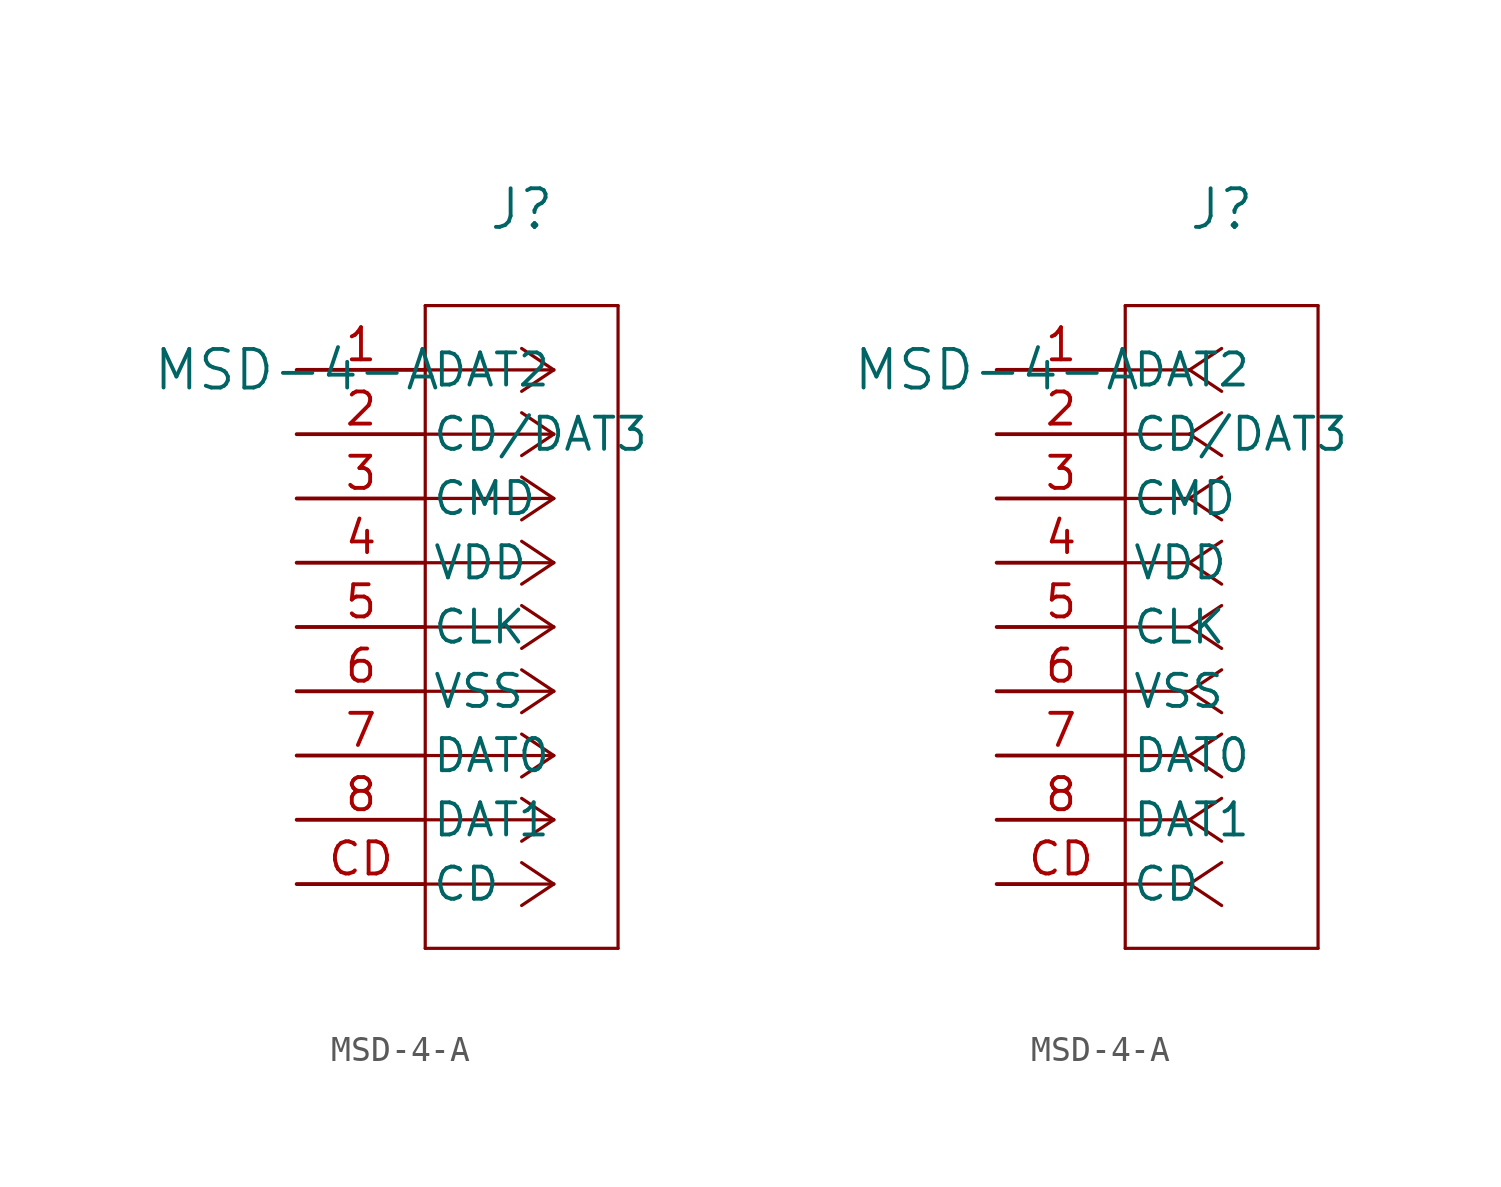
<source format=kicad_sym>
(kicad_symbol_lib
  (version 20211014)
  (generator kicad_symbol_editor)
  (symbol "MSD-4-A"
    (pin_names
      (offset 0.254))
    (property "Reference" "J"
      (at 8.89 6.35 0)
      (effects (font (size 1.524 1.524))))
    (property "Value" "MSD-4-A"
      (at 0 0 0)
      (effects (font (size 1.524 1.524))))
    (symbol "MSD-4-A_1_1"
      (polyline (pts (xy 10.16 0) (xy 5.08 0)) (stroke (width 0.127) (type default) (color 0 0 0 0)) (fill (type none)))
      (polyline (pts (xy 10.16 -2.54) (xy 5.08 -2.54)) (stroke (width 0.127) (type default) (color 0 0 0 0)) (fill (type none)))
      (polyline (pts (xy 10.16 -5.08) (xy 5.08 -5.08)) (stroke (width 0.127) (type default) (color 0 0 0 0)) (fill (type none)))
      (polyline (pts (xy 10.16 -7.62) (xy 5.08 -7.62)) (stroke (width 0.127) (type default) (color 0 0 0 0)) (fill (type none)))
      (polyline (pts (xy 10.16 -10.16) (xy 5.08 -10.16)) (stroke (width 0.127) (type default) (color 0 0 0 0)) (fill (type none)))
      (polyline (pts (xy 10.16 -12.7) (xy 5.08 -12.7)) (stroke (width 0.127) (type default) (color 0 0 0 0)) (fill (type none)))
      (polyline (pts (xy 10.16 -15.24) (xy 5.08 -15.24)) (stroke (width 0.127) (type default) (color 0 0 0 0)) (fill (type none)))
      (polyline (pts (xy 10.16 -17.78) (xy 5.08 -17.78)) (stroke (width 0.127) (type default) (color 0 0 0 0)) (fill (type none)))
      (polyline (pts (xy 10.16 -20.32) (xy 5.08 -20.32)) (stroke (width 0.127) (type default) (color 0 0 0 0)) (fill (type none)))
      (polyline (pts (xy 10.16 0) (xy 8.89 0.847)) (stroke (width 0.127) (type default) (color 0 0 0 0)) (fill (type none)))
      (polyline (pts (xy 10.16 -2.54) (xy 8.89 -1.693)) (stroke (width 0.127) (type default) (color 0 0 0 0)) (fill (type none)))
      (polyline (pts (xy 10.16 -5.08) (xy 8.89 -4.233)) (stroke (width 0.127) (type default) (color 0 0 0 0)) (fill (type none)))
      (polyline (pts (xy 10.16 -7.62) (xy 8.89 -6.773)) (stroke (width 0.127) (type default) (color 0 0 0 0)) (fill (type none)))
      (polyline (pts (xy 10.16 -10.16) (xy 8.89 -9.313)) (stroke (width 0.127) (type default) (color 0 0 0 0)) (fill (type none)))
      (polyline (pts (xy 10.16 -12.7) (xy 8.89 -11.853)) (stroke (width 0.127) (type default) (color 0 0 0 0)) (fill (type none)))
      (polyline (pts (xy 10.16 -15.24) (xy 8.89 -14.393)) (stroke (width 0.127) (type default) (color 0 0 0 0)) (fill (type none)))
      (polyline (pts (xy 10.16 -17.78) (xy 8.89 -16.933)) (stroke (width 0.127) (type default) (color 0 0 0 0)) (fill (type none)))
      (polyline (pts (xy 10.16 -20.32) (xy 8.89 -19.473)) (stroke (width 0.127) (type default) (color 0 0 0 0)) (fill (type none)))
      (polyline (pts (xy 10.16 0) (xy 8.89 -0.847)) (stroke (width 0.127) (type default) (color 0 0 0 0)) (fill (type none)))
      (polyline (pts (xy 10.16 -2.54) (xy 8.89 -3.387)) (stroke (width 0.127) (type default) (color 0 0 0 0)) (fill (type none)))
      (polyline (pts (xy 10.16 -5.08) (xy 8.89 -5.927)) (stroke (width 0.127) (type default) (color 0 0 0 0)) (fill (type none)))
      (polyline (pts (xy 10.16 -7.62) (xy 8.89 -8.467)) (stroke (width 0.127) (type default) (color 0 0 0 0)) (fill (type none)))
      (polyline (pts (xy 10.16 -10.16) (xy 8.89 -11.007)) (stroke (width 0.127) (type default) (color 0 0 0 0)) (fill (type none)))
      (polyline (pts (xy 10.16 -12.7) (xy 8.89 -13.547)) (stroke (width 0.127) (type default) (color 0 0 0 0)) (fill (type none)))
      (polyline (pts (xy 10.16 -15.24) (xy 8.89 -16.087)) (stroke (width 0.127) (type default) (color 0 0 0 0)) (fill (type none)))
      (polyline (pts (xy 10.16 -17.78) (xy 8.89 -18.627)) (stroke (width 0.127) (type default) (color 0 0 0 0)) (fill (type none)))
      (polyline (pts (xy 10.16 -20.32) (xy 8.89 -21.167)) (stroke (width 0.127) (type default) (color 0 0 0 0)) (fill (type none)))
      (polyline (pts (xy 5.08 2.54) (xy 5.08 -22.86)) (stroke (width 0.127) (type default) (color 0 0 0 0)) (fill (type none)))
      (polyline (pts (xy 5.08 -22.86) (xy 12.7 -22.86)) (stroke (width 0.127) (type default) (color 0 0 0 0)) (fill (type none)))
      (polyline (pts (xy 12.7 -22.86) (xy 12.7 2.54)) (stroke (width 0.127) (type default) (color 0 0 0 0)) (fill (type none)))
      (polyline (pts (xy 12.7 2.54) (xy 5.08 2.54)) (stroke (width 0.127) (type default) (color 0 0 0 0)) (fill (type none)))
      (pin bidirectional line (at 0 0 0) (length 5.08) (name "DAT2" (effects (font (size 1.27 1.27)))) (number "1" (effects (font (size 1.27 1.27)))))
      (pin bidirectional line (at 0 -2.54 0) (length 5.08) (name "CD/DAT3" (effects (font (size 1.27 1.27)))) (number "2" (effects (font (size 1.27 1.27)))))
      (pin unspecified line (at 0 -5.08 0) (length 5.08) (name "CMD" (effects (font (size 1.27 1.27)))) (number "3" (effects (font (size 1.27 1.27)))))
      (pin power_in line (at 0 -7.62 0) (length 5.08) (name "VDD" (effects (font (size 1.27 1.27)))) (number "4" (effects (font (size 1.27 1.27)))))
      (pin input line (at 0 -10.16 0) (length 5.08) (name "CLK" (effects (font (size 1.27 1.27)))) (number "5" (effects (font (size 1.27 1.27)))))
      (pin power_out line (at 0 -12.7 0) (length 5.08) (name "VSS" (effects (font (size 1.27 1.27)))) (number "6" (effects (font (size 1.27 1.27)))))
      (pin bidirectional line (at 0 -15.24 0) (length 5.08) (name "DAT0" (effects (font (size 1.27 1.27)))) (number "7" (effects (font (size 1.27 1.27)))))
      (pin bidirectional line (at 0 -17.78 0) (length 5.08) (name "DAT1" (effects (font (size 1.27 1.27)))) (number "8" (effects (font (size 1.27 1.27)))))
      (pin unspecified line (at 0 -20.32 0) (length 5.08) (name "CD" (effects (font (size 1.27 1.27)))) (number "CD" (effects (font (size 1.27 1.27))))))
    (symbol "MSD-4-A_1_2"
      (polyline (pts (xy 7.62 0) (xy 5.08 0)) (stroke (width 0.127) (type default) (color 0 0 0 0)) (fill (type none)))
      (polyline (pts (xy 7.62 -2.54) (xy 5.08 -2.54)) (stroke (width 0.127) (type default) (color 0 0 0 0)) (fill (type none)))
      (polyline (pts (xy 7.62 -5.08) (xy 5.08 -5.08)) (stroke (width 0.127) (type default) (color 0 0 0 0)) (fill (type none)))
      (polyline (pts (xy 7.62 -7.62) (xy 5.08 -7.62)) (stroke (width 0.127) (type default) (color 0 0 0 0)) (fill (type none)))
      (polyline (pts (xy 7.62 -10.16) (xy 5.08 -10.16)) (stroke (width 0.127) (type default) (color 0 0 0 0)) (fill (type none)))
      (polyline (pts (xy 7.62 -12.7) (xy 5.08 -12.7)) (stroke (width 0.127) (type default) (color 0 0 0 0)) (fill (type none)))
      (polyline (pts (xy 7.62 -15.24) (xy 5.08 -15.24)) (stroke (width 0.127) (type default) (color 0 0 0 0)) (fill (type none)))
      (polyline (pts (xy 7.62 -17.78) (xy 5.08 -17.78)) (stroke (width 0.127) (type default) (color 0 0 0 0)) (fill (type none)))
      (polyline (pts (xy 7.62 -20.32) (xy 5.08 -20.32)) (stroke (width 0.127) (type default) (color 0 0 0 0)) (fill (type none)))
      (polyline (pts (xy 7.62 0) (xy 8.89 0.847)) (stroke (width 0.127) (type default) (color 0 0 0 0)) (fill (type none)))
      (polyline (pts (xy 7.62 -2.54) (xy 8.89 -1.693)) (stroke (width 0.127) (type default) (color 0 0 0 0)) (fill (type none)))
      (polyline (pts (xy 7.62 -5.08) (xy 8.89 -4.233)) (stroke (width 0.127) (type default) (color 0 0 0 0)) (fill (type none)))
      (polyline (pts (xy 7.62 -7.62) (xy 8.89 -6.773)) (stroke (width 0.127) (type default) (color 0 0 0 0)) (fill (type none)))
      (polyline (pts (xy 7.62 -10.16) (xy 8.89 -9.313)) (stroke (width 0.127) (type default) (color 0 0 0 0)) (fill (type none)))
      (polyline (pts (xy 7.62 -12.7) (xy 8.89 -11.853)) (stroke (width 0.127) (type default) (color 0 0 0 0)) (fill (type none)))
      (polyline (pts (xy 7.62 -15.24) (xy 8.89 -14.393)) (stroke (width 0.127) (type default) (color 0 0 0 0)) (fill (type none)))
      (polyline (pts (xy 7.62 -17.78) (xy 8.89 -16.933)) (stroke (width 0.127) (type default) (color 0 0 0 0)) (fill (type none)))
      (polyline (pts (xy 7.62 -20.32) (xy 8.89 -19.473)) (stroke (width 0.127) (type default) (color 0 0 0 0)) (fill (type none)))
      (polyline (pts (xy 7.62 0) (xy 8.89 -0.847)) (stroke (width 0.127) (type default) (color 0 0 0 0)) (fill (type none)))
      (polyline (pts (xy 7.62 -2.54) (xy 8.89 -3.387)) (stroke (width 0.127) (type default) (color 0 0 0 0)) (fill (type none)))
      (polyline (pts (xy 7.62 -5.08) (xy 8.89 -5.927)) (stroke (width 0.127) (type default) (color 0 0 0 0)) (fill (type none)))
      (polyline (pts (xy 7.62 -7.62) (xy 8.89 -8.467)) (stroke (width 0.127) (type default) (color 0 0 0 0)) (fill (type none)))
      (polyline (pts (xy 7.62 -10.16) (xy 8.89 -11.007)) (stroke (width 0.127) (type default) (color 0 0 0 0)) (fill (type none)))
      (polyline (pts (xy 7.62 -12.7) (xy 8.89 -13.547)) (stroke (width 0.127) (type default) (color 0 0 0 0)) (fill (type none)))
      (polyline (pts (xy 7.62 -15.24) (xy 8.89 -16.087)) (stroke (width 0.127) (type default) (color 0 0 0 0)) (fill (type none)))
      (polyline (pts (xy 7.62 -17.78) (xy 8.89 -18.627)) (stroke (width 0.127) (type default) (color 0 0 0 0)) (fill (type none)))
      (polyline (pts (xy 7.62 -20.32) (xy 8.89 -21.167)) (stroke (width 0.127) (type default) (color 0 0 0 0)) (fill (type none)))
      (polyline (pts (xy 5.08 2.54) (xy 5.08 -22.86)) (stroke (width 0.127) (type default) (color 0 0 0 0)) (fill (type none)))
      (polyline (pts (xy 5.08 -22.86) (xy 12.7 -22.86)) (stroke (width 0.127) (type default) (color 0 0 0 0)) (fill (type none)))
      (polyline (pts (xy 12.7 -22.86) (xy 12.7 2.54)) (stroke (width 0.127) (type default) (color 0 0 0 0)) (fill (type none)))
      (polyline (pts (xy 12.7 2.54) (xy 5.08 2.54)) (stroke (width 0.127) (type default) (color 0 0 0 0)) (fill (type none)))
      (pin bidirectional line (at 0 0 0) (length 5.08) (name "DAT2" (effects (font (size 1.27 1.27)))) (number "1" (effects (font (size 1.27 1.27)))))
      (pin bidirectional line (at 0 -2.54 0) (length 5.08) (name "CD/DAT3" (effects (font (size 1.27 1.27)))) (number "2" (effects (font (size 1.27 1.27)))))
      (pin unspecified line (at 0 -5.08 0) (length 5.08) (name "CMD" (effects (font (size 1.27 1.27)))) (number "3" (effects (font (size 1.27 1.27)))))
      (pin power_in line (at 0 -7.62 0) (length 5.08) (name "VDD" (effects (font (size 1.27 1.27)))) (number "4" (effects (font (size 1.27 1.27)))))
      (pin input line (at 0 -10.16 0) (length 5.08) (name "CLK" (effects (font (size 1.27 1.27)))) (number "5" (effects (font (size 1.27 1.27)))))
      (pin power_out line (at 0 -12.7 0) (length 5.08) (name "VSS" (effects (font (size 1.27 1.27)))) (number "6" (effects (font (size 1.27 1.27)))))
      (pin bidirectional line (at 0 -15.24 0) (length 5.08) (name "DAT0" (effects (font (size 1.27 1.27)))) (number "7" (effects (font (size 1.27 1.27)))))
      (pin bidirectional line (at 0 -17.78 0) (length 5.08) (name "DAT1" (effects (font (size 1.27 1.27)))) (number "8" (effects (font (size 1.27 1.27)))))
      (pin unspecified line (at 0 -20.32 0) (length 5.08) (name "CD" (effects (font (size 1.27 1.27)))) (number "CD" (effects (font (size 1.27 1.27))))))))
</source>
